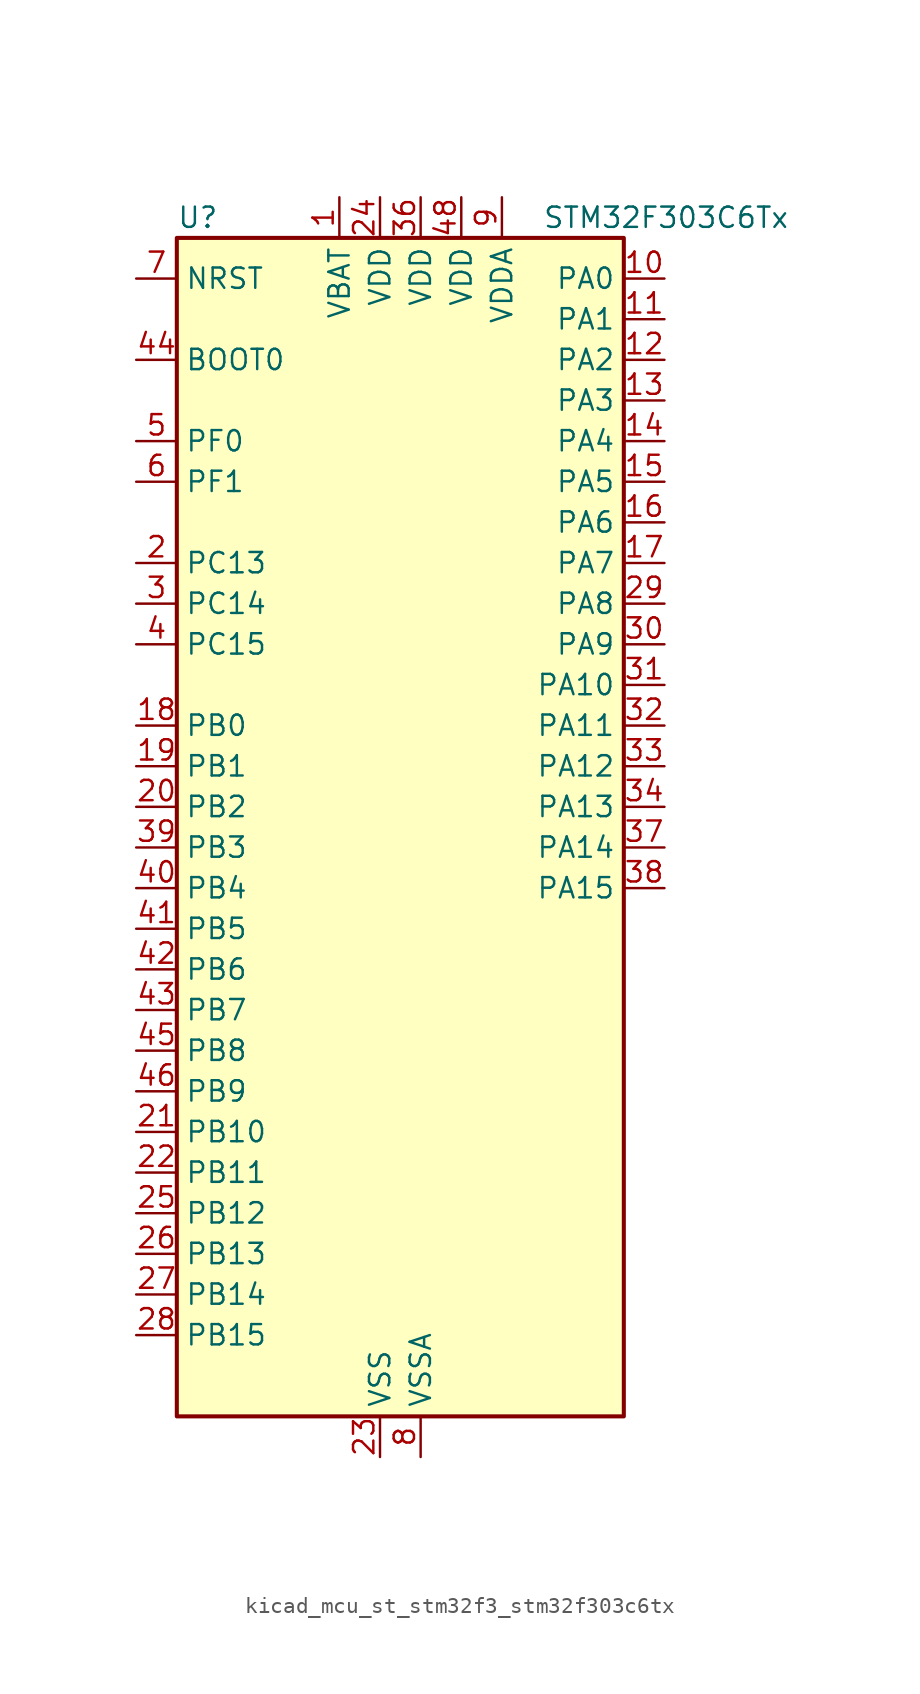
<source format=kicad_sym>
(kicad_symbol_lib
  (version 20220914)
  (generator kicad_symbol_editor)
  (symbol "kicad_mcu_st_stm32f3_stm32f303c6tx"
    (property "Reference" "U"
      (at -12.7 39.37 0)
      (effects (font (size 1.27 1.27)) (justify left)))
    (property "Value" "STM32F303C6Tx"
      (at 10.16 39.37 0)
      (effects (font (size 1.27 1.27)) (justify left)))
    (property "ki_locked" ""
      (at 0 0 0)
      (effects (font (size 1.27 1.27))))
    (symbol "kicad_mcu_st_stm32f3_stm32f303c6tx_0_1"
      (rectangle (start -12.7 -35.56) (end 15.24 38.1) (stroke (width 0.254) (type default)) (fill (type background))))
    (symbol "kicad_mcu_st_stm32f3_stm32f303c6tx_1_1"
      (pin power_in line (at -2.54 40.64 270) (length 2.54) (name "VBAT" (effects (font (size 1.27 1.27)))) (number "1" (effects (font (size 1.27 1.27)))))
      (pin bidirectional line (at 17.78 35.56 180) (length 2.54) (name "PA0" (effects (font (size 1.27 1.27)))) (number "10" (effects (font (size 1.27 1.27)))) (alternate "ADC1_IN1" bidirectional line) (alternate "RTC_TAMP2" bidirectional line) (alternate "SYS_WKUP1" bidirectional line) (alternate "TIM2_CH1" bidirectional line) (alternate "TIM2_ETR" bidirectional line) (alternate "TSC_G1_IO1" bidirectional line) (alternate "USART2_CTS" bidirectional line))
      (pin bidirectional line (at 17.78 33.02 180) (length 2.54) (name "PA1" (effects (font (size 1.27 1.27)))) (number "11" (effects (font (size 1.27 1.27)))) (alternate "ADC1_IN2" bidirectional line) (alternate "RTC_REFIN" bidirectional line) (alternate "TIM15_CH1N" bidirectional line) (alternate "TIM2_CH2" bidirectional line) (alternate "TSC_G1_IO2" bidirectional line) (alternate "USART2_DE" bidirectional line) (alternate "USART2_RTS" bidirectional line))
      (pin bidirectional line (at 17.78 30.48 180) (length 2.54) (name "PA2" (effects (font (size 1.27 1.27)))) (number "12" (effects (font (size 1.27 1.27)))) (alternate "ADC1_IN3" bidirectional line) (alternate "COMP2_INM" bidirectional line) (alternate "COMP2_OUT" bidirectional line) (alternate "TIM15_CH1" bidirectional line) (alternate "TIM2_CH3" bidirectional line) (alternate "TSC_G1_IO3" bidirectional line) (alternate "USART2_TX" bidirectional line))
      (pin bidirectional line (at 17.78 27.94 180) (length 2.54) (name "PA3" (effects (font (size 1.27 1.27)))) (number "13" (effects (font (size 1.27 1.27)))) (alternate "ADC1_IN4" bidirectional line) (alternate "TIM15_CH2" bidirectional line) (alternate "TIM2_CH4" bidirectional line) (alternate "TSC_G1_IO4" bidirectional line) (alternate "USART2_RX" bidirectional line))
      (pin bidirectional line (at 17.78 25.4 180) (length 2.54) (name "PA4" (effects (font (size 1.27 1.27)))) (number "14" (effects (font (size 1.27 1.27)))) (alternate "ADC2_IN1" bidirectional line) (alternate "COMP2_INM" bidirectional line) (alternate "COMP4_INM" bidirectional line) (alternate "COMP6_INM" bidirectional line) (alternate "DAC1_OUT1" bidirectional line) (alternate "SPI1_NSS" bidirectional line) (alternate "TIM3_CH2" bidirectional line) (alternate "TSC_G2_IO1" bidirectional line) (alternate "USART2_CK" bidirectional line))
      (pin bidirectional line (at 17.78 22.86 180) (length 2.54) (name "PA5" (effects (font (size 1.27 1.27)))) (number "15" (effects (font (size 1.27 1.27)))) (alternate "ADC2_IN2" bidirectional line) (alternate "DAC1_OUT2" bidirectional line) (alternate "OPAMP2_VINM" bidirectional line) (alternate "OPAMP2_VINM_SEC" bidirectional line) (alternate "SPI1_SCK" bidirectional line) (alternate "TIM2_CH1" bidirectional line) (alternate "TIM2_ETR" bidirectional line) (alternate "TSC_G2_IO2" bidirectional line))
      (pin bidirectional line (at 17.78 20.32 180) (length 2.54) (name "PA6" (effects (font (size 1.27 1.27)))) (number "16" (effects (font (size 1.27 1.27)))) (alternate "ADC2_IN3" bidirectional line) (alternate "DAC2_OUT1" bidirectional line) (alternate "OPAMP2_VOUT" bidirectional line) (alternate "SPI1_MISO" bidirectional line) (alternate "TIM16_CH1" bidirectional line) (alternate "TIM1_BKIN" bidirectional line) (alternate "TIM3_CH1" bidirectional line) (alternate "TSC_G2_IO3" bidirectional line))
      (pin bidirectional line (at 17.78 17.78 180) (length 2.54) (name "PA7" (effects (font (size 1.27 1.27)))) (number "17" (effects (font (size 1.27 1.27)))) (alternate "ADC2_IN4" bidirectional line) (alternate "COMP2_INP" bidirectional line) (alternate "OPAMP2_VINP" bidirectional line) (alternate "OPAMP2_VINP_SEC" bidirectional line) (alternate "SPI1_MOSI" bidirectional line) (alternate "TIM17_CH1" bidirectional line) (alternate "TIM1_CH1N" bidirectional line) (alternate "TIM3_CH2" bidirectional line) (alternate "TSC_G2_IO4" bidirectional line))
      (pin bidirectional line (at -15.24 7.62 0) (length 2.54) (name "PB0" (effects (font (size 1.27 1.27)))) (number "18" (effects (font (size 1.27 1.27)))) (alternate "ADC1_IN11" bidirectional line) (alternate "COMP4_INP" bidirectional line) (alternate "OPAMP2_VINP" bidirectional line) (alternate "OPAMP2_VINP_SEC" bidirectional line) (alternate "TIM1_CH2N" bidirectional line) (alternate "TIM3_CH3" bidirectional line) (alternate "TSC_G3_IO2" bidirectional line))
      (pin bidirectional line (at -15.24 5.08 0) (length 2.54) (name "PB1" (effects (font (size 1.27 1.27)))) (number "19" (effects (font (size 1.27 1.27)))) (alternate "ADC1_IN12" bidirectional line) (alternate "COMP4_OUT" bidirectional line) (alternate "TIM1_CH3N" bidirectional line) (alternate "TIM3_CH4" bidirectional line) (alternate "TSC_G3_IO3" bidirectional line))
      (pin bidirectional line (at -15.24 17.78 0) (length 2.54) (name "PC13" (effects (font (size 1.27 1.27)))) (number "2" (effects (font (size 1.27 1.27)))) (alternate "RTC_OUT_ALARM" bidirectional line) (alternate "RTC_OUT_CALIB" bidirectional line) (alternate "RTC_TAMP1" bidirectional line) (alternate "RTC_TS" bidirectional line) (alternate "SYS_WKUP2" bidirectional line) (alternate "TIM1_CH1N" bidirectional line))
      (pin bidirectional line (at -15.24 2.54 0) (length 2.54) (name "PB2" (effects (font (size 1.27 1.27)))) (number "20" (effects (font (size 1.27 1.27)))) (alternate "ADC2_IN12" bidirectional line) (alternate "COMP4_INM" bidirectional line) (alternate "TSC_G3_IO4" bidirectional line))
      (pin bidirectional line (at -15.24 -17.78 0) (length 2.54) (name "PB10" (effects (font (size 1.27 1.27)))) (number "21" (effects (font (size 1.27 1.27)))) (alternate "TIM2_CH3" bidirectional line) (alternate "TSC_SYNC" bidirectional line) (alternate "USART3_TX" bidirectional line))
      (pin bidirectional line (at -15.24 -20.32 0) (length 2.54) (name "PB11" (effects (font (size 1.27 1.27)))) (number "22" (effects (font (size 1.27 1.27)))) (alternate "COMP6_INP" bidirectional line) (alternate "TIM2_CH4" bidirectional line) (alternate "TSC_G6_IO1" bidirectional line) (alternate "USART3_RX" bidirectional line))
      (pin power_in line (at 0 -38.1 90) (length 2.54) (name "VSS" (effects (font (size 1.27 1.27)))) (number "23" (effects (font (size 1.27 1.27)))))
      (pin power_in line (at 0 40.64 270) (length 2.54) (name "VDD" (effects (font (size 1.27 1.27)))) (number "24" (effects (font (size 1.27 1.27)))))
      (pin bidirectional line (at -15.24 -22.86 0) (length 2.54) (name "PB12" (effects (font (size 1.27 1.27)))) (number "25" (effects (font (size 1.27 1.27)))) (alternate "ADC2_IN13" bidirectional line) (alternate "TIM1_BKIN" bidirectional line) (alternate "TSC_G6_IO2" bidirectional line) (alternate "USART3_CK" bidirectional line))
      (pin bidirectional line (at -15.24 -25.4 0) (length 2.54) (name "PB13" (effects (font (size 1.27 1.27)))) (number "26" (effects (font (size 1.27 1.27)))) (alternate "ADC1_IN13" bidirectional line) (alternate "TIM1_CH1N" bidirectional line) (alternate "TSC_G6_IO3" bidirectional line) (alternate "USART3_CTS" bidirectional line))
      (pin bidirectional line (at -15.24 -27.94 0) (length 2.54) (name "PB14" (effects (font (size 1.27 1.27)))) (number "27" (effects (font (size 1.27 1.27)))) (alternate "ADC2_IN14" bidirectional line) (alternate "OPAMP2_VINP" bidirectional line) (alternate "OPAMP2_VINP_SEC" bidirectional line) (alternate "TIM15_CH1" bidirectional line) (alternate "TIM1_CH2N" bidirectional line) (alternate "TSC_G6_IO4" bidirectional line) (alternate "USART3_DE" bidirectional line) (alternate "USART3_RTS" bidirectional line))
      (pin bidirectional line (at -15.24 -30.48 0) (length 2.54) (name "PB15" (effects (font (size 1.27 1.27)))) (number "28" (effects (font (size 1.27 1.27)))) (alternate "ADC2_IN15" bidirectional line) (alternate "COMP6_INM" bidirectional line) (alternate "RTC_REFIN" bidirectional line) (alternate "TIM15_CH1N" bidirectional line) (alternate "TIM15_CH2" bidirectional line) (alternate "TIM1_CH3N" bidirectional line))
      (pin bidirectional line (at 17.78 15.24 180) (length 2.54) (name "PA8" (effects (font (size 1.27 1.27)))) (number "29" (effects (font (size 1.27 1.27)))) (alternate "RCC_MCO" bidirectional line) (alternate "TIM1_CH1" bidirectional line) (alternate "USART1_CK" bidirectional line))
      (pin bidirectional line (at -15.24 15.24 0) (length 2.54) (name "PC14" (effects (font (size 1.27 1.27)))) (number "3" (effects (font (size 1.27 1.27)))) (alternate "RCC_OSC32_IN" bidirectional line))
      (pin bidirectional line (at 17.78 12.7 180) (length 2.54) (name "PA9" (effects (font (size 1.27 1.27)))) (number "30" (effects (font (size 1.27 1.27)))) (alternate "DAC1_EXTI9" bidirectional line) (alternate "DAC2_EXTI9" bidirectional line) (alternate "TIM15_BKIN" bidirectional line) (alternate "TIM1_CH2" bidirectional line) (alternate "TIM2_CH3" bidirectional line) (alternate "TSC_G4_IO1" bidirectional line) (alternate "USART1_TX" bidirectional line))
      (pin bidirectional line (at 17.78 10.16 180) (length 2.54) (name "PA10" (effects (font (size 1.27 1.27)))) (number "31" (effects (font (size 1.27 1.27)))) (alternate "COMP6_OUT" bidirectional line) (alternate "TIM17_BKIN" bidirectional line) (alternate "TIM1_CH3" bidirectional line) (alternate "TIM2_CH4" bidirectional line) (alternate "TSC_G4_IO2" bidirectional line) (alternate "USART1_RX" bidirectional line))
      (pin bidirectional line (at 17.78 7.62 180) (length 2.54) (name "PA11" (effects (font (size 1.27 1.27)))) (number "32" (effects (font (size 1.27 1.27)))) (alternate "CAN_RX" bidirectional line) (alternate "TIM1_BKIN2" bidirectional line) (alternate "TIM1_CH1N" bidirectional line) (alternate "TIM1_CH4" bidirectional line) (alternate "USART1_CTS" bidirectional line))
      (pin bidirectional line (at 17.78 5.08 180) (length 2.54) (name "PA12" (effects (font (size 1.27 1.27)))) (number "33" (effects (font (size 1.27 1.27)))) (alternate "CAN_TX" bidirectional line) (alternate "COMP2_OUT" bidirectional line) (alternate "TIM16_CH1" bidirectional line) (alternate "TIM1_CH2N" bidirectional line) (alternate "TIM1_ETR" bidirectional line) (alternate "USART1_DE" bidirectional line) (alternate "USART1_RTS" bidirectional line))
      (pin bidirectional line (at 17.78 2.54 180) (length 2.54) (name "PA13" (effects (font (size 1.27 1.27)))) (number "34" (effects (font (size 1.27 1.27)))) (alternate "IR_OUT" bidirectional line) (alternate "SYS_JTMS-SWDIO" bidirectional line) (alternate "TIM16_CH1N" bidirectional line) (alternate "TSC_G4_IO3" bidirectional line) (alternate "USART3_CTS" bidirectional line))
      (pin passive line (at 0 -38.1 90) (length 2.54) hide (name "VSS" (effects (font (size 1.27 1.27)))) (number "35" (effects (font (size 1.27 1.27)))))
      (pin power_in line (at 2.54 40.64 270) (length 2.54) (name "VDD" (effects (font (size 1.27 1.27)))) (number "36" (effects (font (size 1.27 1.27)))))
      (pin bidirectional line (at 17.78 0 180) (length 2.54) (name "PA14" (effects (font (size 1.27 1.27)))) (number "37" (effects (font (size 1.27 1.27)))) (alternate "I2C1_SDA" bidirectional line) (alternate "SYS_JTCK-SWCLK" bidirectional line) (alternate "TIM1_BKIN" bidirectional line) (alternate "TSC_G4_IO4" bidirectional line) (alternate "USART2_TX" bidirectional line))
      (pin bidirectional line (at 17.78 -2.54 180) (length 2.54) (name "PA15" (effects (font (size 1.27 1.27)))) (number "38" (effects (font (size 1.27 1.27)))) (alternate "I2C1_SCL" bidirectional line) (alternate "SPI1_NSS" bidirectional line) (alternate "SYS_JTDI" bidirectional line) (alternate "TIM1_BKIN" bidirectional line) (alternate "TIM2_CH1" bidirectional line) (alternate "TIM2_ETR" bidirectional line) (alternate "TSC_SYNC" bidirectional line) (alternate "USART2_RX" bidirectional line))
      (pin bidirectional line (at -15.24 0 0) (length 2.54) (name "PB3" (effects (font (size 1.27 1.27)))) (number "39" (effects (font (size 1.27 1.27)))) (alternate "SPI1_SCK" bidirectional line) (alternate "SYS_JTDO-TRACESWO" bidirectional line) (alternate "TIM2_CH2" bidirectional line) (alternate "TIM3_ETR" bidirectional line) (alternate "TSC_G5_IO1" bidirectional line) (alternate "USART2_TX" bidirectional line))
      (pin bidirectional line (at -15.24 12.7 0) (length 2.54) (name "PC15" (effects (font (size 1.27 1.27)))) (number "4" (effects (font (size 1.27 1.27)))) (alternate "RCC_OSC32_OUT" bidirectional line))
      (pin bidirectional line (at -15.24 -2.54 0) (length 2.54) (name "PB4" (effects (font (size 1.27 1.27)))) (number "40" (effects (font (size 1.27 1.27)))) (alternate "SPI1_MISO" bidirectional line) (alternate "SYS_NJTRST" bidirectional line) (alternate "TIM16_CH1" bidirectional line) (alternate "TIM17_BKIN" bidirectional line) (alternate "TIM3_CH1" bidirectional line) (alternate "TSC_G5_IO2" bidirectional line) (alternate "USART2_RX" bidirectional line))
      (pin bidirectional line (at -15.24 -5.08 0) (length 2.54) (name "PB5" (effects (font (size 1.27 1.27)))) (number "41" (effects (font (size 1.27 1.27)))) (alternate "I2C1_SMBA" bidirectional line) (alternate "SPI1_MOSI" bidirectional line) (alternate "TIM16_BKIN" bidirectional line) (alternate "TIM17_CH1" bidirectional line) (alternate "TIM3_CH2" bidirectional line) (alternate "USART2_CK" bidirectional line))
      (pin bidirectional line (at -15.24 -7.62 0) (length 2.54) (name "PB6" (effects (font (size 1.27 1.27)))) (number "42" (effects (font (size 1.27 1.27)))) (alternate "I2C1_SCL" bidirectional line) (alternate "TIM16_CH1N" bidirectional line) (alternate "TSC_G5_IO3" bidirectional line) (alternate "USART1_TX" bidirectional line))
      (pin bidirectional line (at -15.24 -10.16 0) (length 2.54) (name "PB7" (effects (font (size 1.27 1.27)))) (number "43" (effects (font (size 1.27 1.27)))) (alternate "I2C1_SDA" bidirectional line) (alternate "TIM17_CH1N" bidirectional line) (alternate "TIM3_CH4" bidirectional line) (alternate "TSC_G5_IO4" bidirectional line) (alternate "USART1_RX" bidirectional line))
      (pin input line (at -15.24 30.48 0) (length 2.54) (name "BOOT0" (effects (font (size 1.27 1.27)))) (number "44" (effects (font (size 1.27 1.27)))))
      (pin bidirectional line (at -15.24 -12.7 0) (length 2.54) (name "PB8" (effects (font (size 1.27 1.27)))) (number "45" (effects (font (size 1.27 1.27)))) (alternate "CAN_RX" bidirectional line) (alternate "I2C1_SCL" bidirectional line) (alternate "TIM16_CH1" bidirectional line) (alternate "TIM1_BKIN" bidirectional line) (alternate "TSC_SYNC" bidirectional line) (alternate "USART3_RX" bidirectional line))
      (pin bidirectional line (at -15.24 -15.24 0) (length 2.54) (name "PB9" (effects (font (size 1.27 1.27)))) (number "46" (effects (font (size 1.27 1.27)))) (alternate "CAN_TX" bidirectional line) (alternate "COMP2_OUT" bidirectional line) (alternate "DAC1_EXTI9" bidirectional line) (alternate "DAC2_EXTI9" bidirectional line) (alternate "I2C1_SDA" bidirectional line) (alternate "IR_OUT" bidirectional line) (alternate "TIM17_CH1" bidirectional line) (alternate "USART3_TX" bidirectional line))
      (pin passive line (at 0 -38.1 90) (length 2.54) hide (name "VSS" (effects (font (size 1.27 1.27)))) (number "47" (effects (font (size 1.27 1.27)))))
      (pin power_in line (at 5.08 40.64 270) (length 2.54) (name "VDD" (effects (font (size 1.27 1.27)))) (number "48" (effects (font (size 1.27 1.27)))))
      (pin bidirectional line (at -15.24 25.4 0) (length 2.54) (name "PF0" (effects (font (size 1.27 1.27)))) (number "5" (effects (font (size 1.27 1.27)))) (alternate "RCC_OSC_IN" bidirectional line) (alternate "TIM1_CH3N" bidirectional line))
      (pin bidirectional line (at -15.24 22.86 0) (length 2.54) (name "PF1" (effects (font (size 1.27 1.27)))) (number "6" (effects (font (size 1.27 1.27)))) (alternate "RCC_OSC_OUT" bidirectional line))
      (pin input line (at -15.24 35.56 0) (length 2.54) (name "NRST" (effects (font (size 1.27 1.27)))) (number "7" (effects (font (size 1.27 1.27)))))
      (pin power_in line (at 2.54 -38.1 90) (length 2.54) (name "VSSA" (effects (font (size 1.27 1.27)))) (number "8" (effects (font (size 1.27 1.27)))))
      (pin power_in line (at 7.62 40.64 270) (length 2.54) (name "VDDA" (effects (font (size 1.27 1.27)))) (number "9" (effects (font (size 1.27 1.27))))))))
</source>
